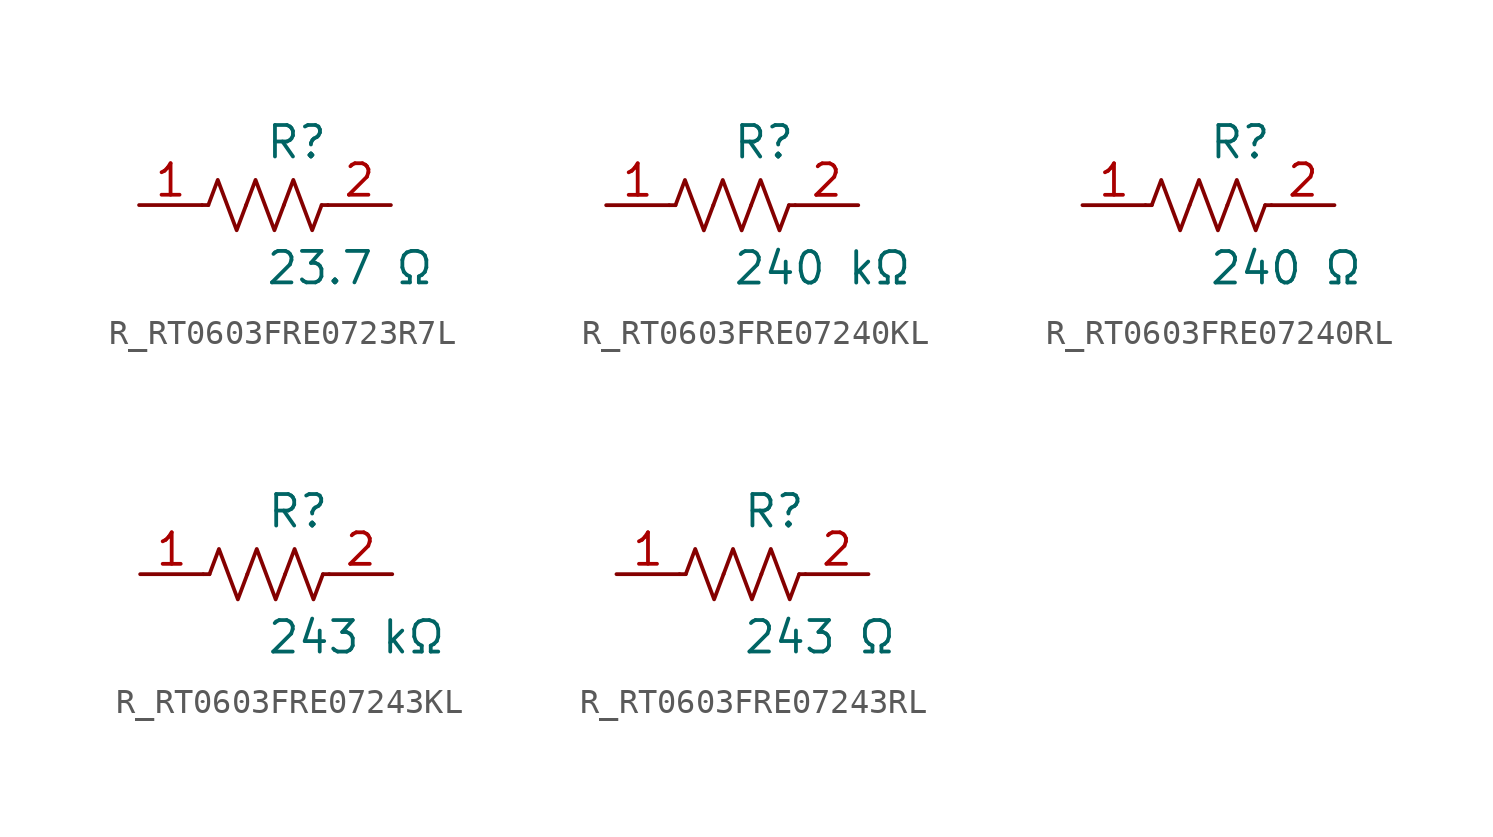
<source format=kicad_sym>
(kicad_symbol_lib
  (version 20231120)
  (generator kicad_symbol_editor)
  (generator_version 8.0)
  (symbol "R_RT0603FRE0723R7L"
    (pin_names
      (offset 0.254))
    (property "Reference" "R"
      (at 0.0 2.54 0)
      (effects (font (size 1.27 1.27)) (justify left)))
    (property "Value" "23.7 Ω"
      (at 0.0 -2.54 0)
      (effects (font (size 1.27 1.27)) (justify left)))
    (symbol "R_RT0603FRE0723R7L_0_1"
      (polyline (pts (xy 2.286 0) (xy 2.54 0)) (stroke (width 0) (type default)) (fill (type none)))
      (polyline (pts (xy -2.286 0) (xy -2.54 0)) (stroke (width 0) (type default)) (fill (type none)))
      (polyline (pts (xy 0.762 0) (xy 1.143 1.016) (xy 1.524 0) (xy 1.905 -1.016) (xy 2.286 0)) (stroke (width 0) (type default)) (fill (type none)))
      (polyline (pts (xy -0.762 0) (xy -0.381 1.016) (xy 0 0) (xy 0.381 -1.016) (xy 0.762 0)) (stroke (width 0) (type default)) (fill (type none)))
      (polyline (pts (xy -2.286 0) (xy -1.905 1.016) (xy -1.524 0) (xy -1.143 -1.016) (xy -0.762 0)) (stroke (width 0) (type default)) (fill (type none))))
    (pin unspecified line
      (at -5.08 0 0)
      (length 2.54)
      (name "" (effects (font (size 1.27 1.27))))
      (number "1" (effects (font (size 1.27 1.27)))))
    (pin unspecified line
      (at 5.08 0 180)
      (length 2.54)
      (name "" (effects (font (size 1.27 1.27))))
      (number "2" (effects (font (size 1.27 1.27))))))
  (symbol "R_RT0603FRE07240KL"
    (pin_names
      (offset 0.254))
    (property "Reference" "R"
      (at 0.0 2.54 0)
      (effects (font (size 1.27 1.27)) (justify left)))
    (property "Value" "240 kΩ"
      (at 0.0 -2.54 0)
      (effects (font (size 1.27 1.27)) (justify left)))
    (symbol "R_RT0603FRE07240KL_0_1"
      (polyline (pts (xy 2.286 0) (xy 2.54 0)) (stroke (width 0) (type default)) (fill (type none)))
      (polyline (pts (xy -2.286 0) (xy -2.54 0)) (stroke (width 0) (type default)) (fill (type none)))
      (polyline (pts (xy 0.762 0) (xy 1.143 1.016) (xy 1.524 0) (xy 1.905 -1.016) (xy 2.286 0)) (stroke (width 0) (type default)) (fill (type none)))
      (polyline (pts (xy -0.762 0) (xy -0.381 1.016) (xy 0 0) (xy 0.381 -1.016) (xy 0.762 0)) (stroke (width 0) (type default)) (fill (type none)))
      (polyline (pts (xy -2.286 0) (xy -1.905 1.016) (xy -1.524 0) (xy -1.143 -1.016) (xy -0.762 0)) (stroke (width 0) (type default)) (fill (type none))))
    (pin unspecified line
      (at -5.08 0 0)
      (length 2.54)
      (name "" (effects (font (size 1.27 1.27))))
      (number "1" (effects (font (size 1.27 1.27)))))
    (pin unspecified line
      (at 5.08 0 180)
      (length 2.54)
      (name "" (effects (font (size 1.27 1.27))))
      (number "2" (effects (font (size 1.27 1.27))))))
  (symbol "R_RT0603FRE07240RL"
    (pin_names
      (offset 0.254))
    (property "Reference" "R"
      (at 0.0 2.54 0)
      (effects (font (size 1.27 1.27)) (justify left)))
    (property "Value" "240 Ω"
      (at 0.0 -2.54 0)
      (effects (font (size 1.27 1.27)) (justify left)))
    (symbol "R_RT0603FRE07240RL_0_1"
      (polyline (pts (xy 2.286 0) (xy 2.54 0)) (stroke (width 0) (type default)) (fill (type none)))
      (polyline (pts (xy -2.286 0) (xy -2.54 0)) (stroke (width 0) (type default)) (fill (type none)))
      (polyline (pts (xy 0.762 0) (xy 1.143 1.016) (xy 1.524 0) (xy 1.905 -1.016) (xy 2.286 0)) (stroke (width 0) (type default)) (fill (type none)))
      (polyline (pts (xy -0.762 0) (xy -0.381 1.016) (xy 0 0) (xy 0.381 -1.016) (xy 0.762 0)) (stroke (width 0) (type default)) (fill (type none)))
      (polyline (pts (xy -2.286 0) (xy -1.905 1.016) (xy -1.524 0) (xy -1.143 -1.016) (xy -0.762 0)) (stroke (width 0) (type default)) (fill (type none))))
    (pin unspecified line
      (at -5.08 0 0)
      (length 2.54)
      (name "" (effects (font (size 1.27 1.27))))
      (number "1" (effects (font (size 1.27 1.27)))))
    (pin unspecified line
      (at 5.08 0 180)
      (length 2.54)
      (name "" (effects (font (size 1.27 1.27))))
      (number "2" (effects (font (size 1.27 1.27))))))
  (symbol "R_RT0603FRE07243KL"
    (pin_names
      (offset 0.254))
    (property "Reference" "R"
      (at 0.0 2.54 0)
      (effects (font (size 1.27 1.27)) (justify left)))
    (property "Value" "243 kΩ"
      (at 0.0 -2.54 0)
      (effects (font (size 1.27 1.27)) (justify left)))
    (symbol "R_RT0603FRE07243KL_0_1"
      (polyline (pts (xy 2.286 0) (xy 2.54 0)) (stroke (width 0) (type default)) (fill (type none)))
      (polyline (pts (xy -2.286 0) (xy -2.54 0)) (stroke (width 0) (type default)) (fill (type none)))
      (polyline (pts (xy 0.762 0) (xy 1.143 1.016) (xy 1.524 0) (xy 1.905 -1.016) (xy 2.286 0)) (stroke (width 0) (type default)) (fill (type none)))
      (polyline (pts (xy -0.762 0) (xy -0.381 1.016) (xy 0 0) (xy 0.381 -1.016) (xy 0.762 0)) (stroke (width 0) (type default)) (fill (type none)))
      (polyline (pts (xy -2.286 0) (xy -1.905 1.016) (xy -1.524 0) (xy -1.143 -1.016) (xy -0.762 0)) (stroke (width 0) (type default)) (fill (type none))))
    (pin unspecified line
      (at -5.08 0 0)
      (length 2.54)
      (name "" (effects (font (size 1.27 1.27))))
      (number "1" (effects (font (size 1.27 1.27)))))
    (pin unspecified line
      (at 5.08 0 180)
      (length 2.54)
      (name "" (effects (font (size 1.27 1.27))))
      (number "2" (effects (font (size 1.27 1.27))))))
  (symbol "R_RT0603FRE07243RL"
    (pin_names
      (offset 0.254))
    (property "Reference" "R"
      (at 0.0 2.54 0)
      (effects (font (size 1.27 1.27)) (justify left)))
    (property "Value" "243 Ω"
      (at 0.0 -2.54 0)
      (effects (font (size 1.27 1.27)) (justify left)))
    (symbol "R_RT0603FRE07243RL_0_1"
      (polyline (pts (xy 2.286 0) (xy 2.54 0)) (stroke (width 0) (type default)) (fill (type none)))
      (polyline (pts (xy -2.286 0) (xy -2.54 0)) (stroke (width 0) (type default)) (fill (type none)))
      (polyline (pts (xy 0.762 0) (xy 1.143 1.016) (xy 1.524 0) (xy 1.905 -1.016) (xy 2.286 0)) (stroke (width 0) (type default)) (fill (type none)))
      (polyline (pts (xy -0.762 0) (xy -0.381 1.016) (xy 0 0) (xy 0.381 -1.016) (xy 0.762 0)) (stroke (width 0) (type default)) (fill (type none)))
      (polyline (pts (xy -2.286 0) (xy -1.905 1.016) (xy -1.524 0) (xy -1.143 -1.016) (xy -0.762 0)) (stroke (width 0) (type default)) (fill (type none))))
    (pin unspecified line
      (at -5.08 0 0)
      (length 2.54)
      (name "" (effects (font (size 1.27 1.27))))
      (number "1" (effects (font (size 1.27 1.27)))))
    (pin unspecified line
      (at 5.08 0 180)
      (length 2.54)
      (name "" (effects (font (size 1.27 1.27))))
      (number "2" (effects (font (size 1.27 1.27)))))))
</source>
